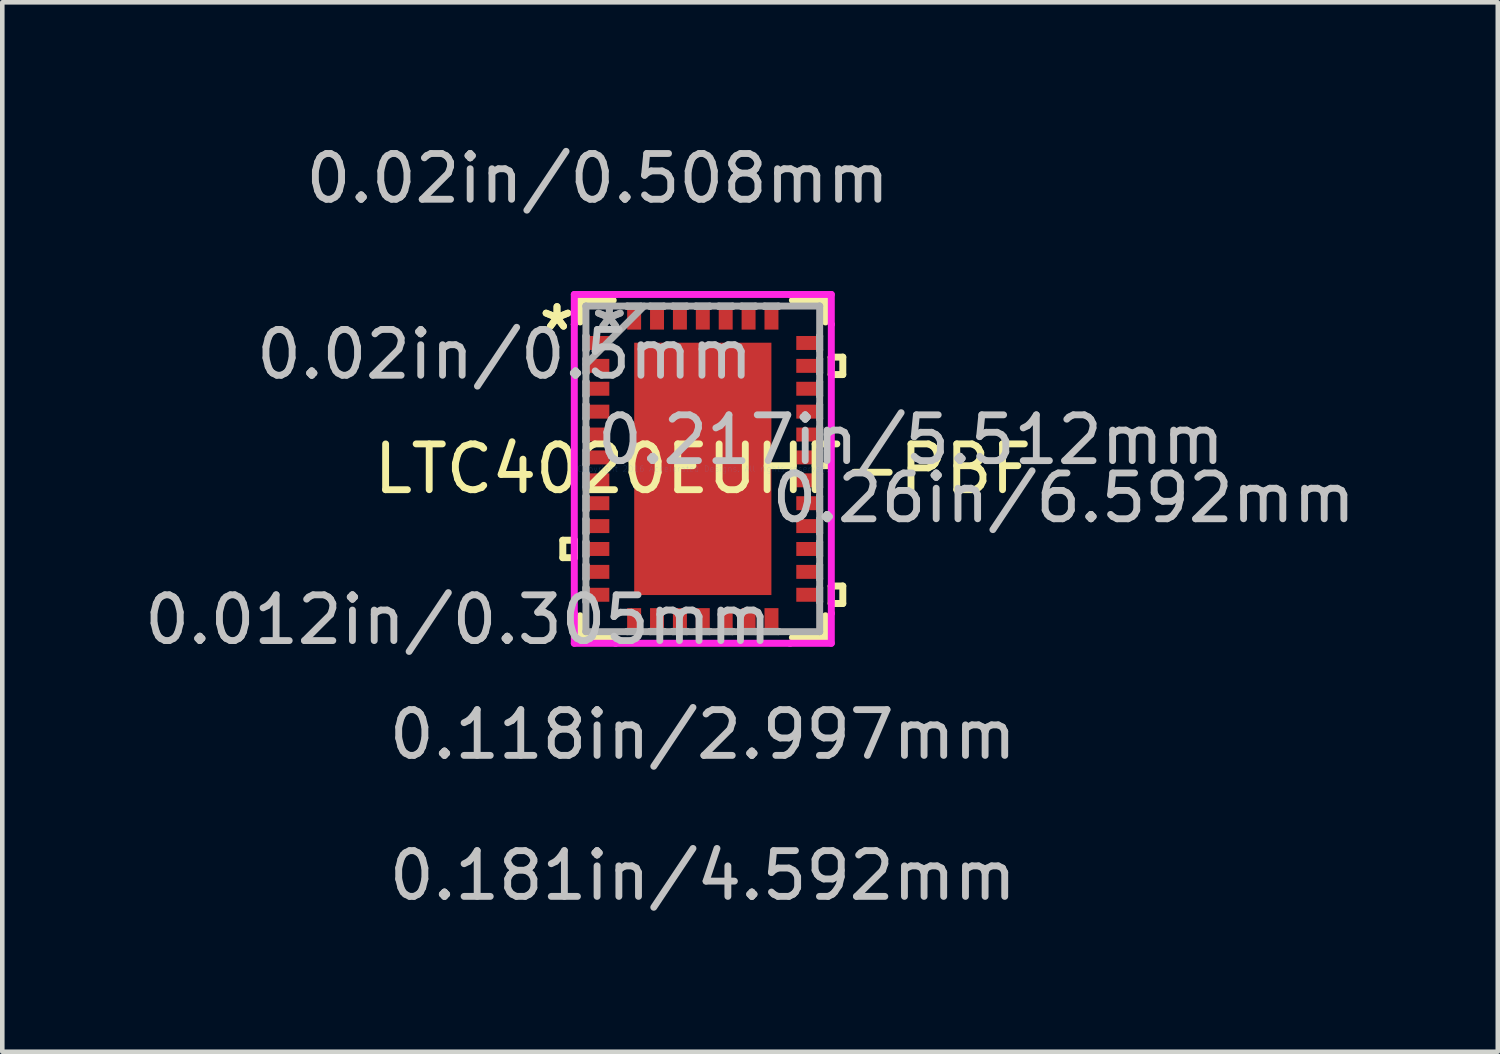
<source format=kicad_pcb>
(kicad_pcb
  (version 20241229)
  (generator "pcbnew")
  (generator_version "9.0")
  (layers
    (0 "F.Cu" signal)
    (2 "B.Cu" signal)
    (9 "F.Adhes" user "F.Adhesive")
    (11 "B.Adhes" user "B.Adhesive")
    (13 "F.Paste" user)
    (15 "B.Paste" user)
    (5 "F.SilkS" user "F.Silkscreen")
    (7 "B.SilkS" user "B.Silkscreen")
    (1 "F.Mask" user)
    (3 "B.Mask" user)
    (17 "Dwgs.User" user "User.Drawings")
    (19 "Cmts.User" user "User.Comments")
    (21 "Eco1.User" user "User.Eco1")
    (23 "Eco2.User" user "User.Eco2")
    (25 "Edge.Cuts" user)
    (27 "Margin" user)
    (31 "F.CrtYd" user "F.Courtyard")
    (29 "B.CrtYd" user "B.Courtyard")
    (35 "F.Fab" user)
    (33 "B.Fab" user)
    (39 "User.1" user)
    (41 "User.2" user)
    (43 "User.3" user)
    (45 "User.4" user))
  (footprint "LTC4020EUHF-PBF"
    (layer "F.Cu")
    (at 12.302 7.192)
    (property "Reference" "LTC4020EUHF-PBF" (at 0 0 0) (layer "F.SilkS") (effects (font (size 1 1) (thickness 0.15))))
    (attr through_hole)
    (fp_line (start -3.058 1.559) (end -3.058 1.94) (stroke (width 0.152) (type solid)) (layer "F.SilkS"))
    (fp_line (start -3.058 1.94) (end -2.804 1.94) (stroke (width 0.152) (type solid)) (layer "F.SilkS"))
    (fp_line (start -2.804 1.559) (end -3.058 1.559) (stroke (width 0.152) (type solid)) (layer "F.SilkS"))
    (fp_line (start -2.804 1.94) (end -2.804 1.559) (stroke (width 0.152) (type solid)) (layer "F.SilkS"))
    (fp_line (start -2.68 -3.683) (end -2.68 -3.209) (stroke (width 0.152) (type solid)) (layer "F.SilkS"))
    (fp_line (start -2.68 3.209) (end -2.68 3.683) (stroke (width 0.152) (type solid)) (layer "F.SilkS"))
    (fp_line (start -2.68 3.683) (end -1.957 3.683) (stroke (width 0.152) (type solid)) (layer "F.SilkS"))
    (fp_line (start -1.957 -3.683) (end -2.68 -3.683) (stroke (width 0.152) (type solid)) (layer "F.SilkS"))
    (fp_line (start 1.957 3.683) (end 2.68 3.683) (stroke (width 0.152) (type solid)) (layer "F.SilkS"))
    (fp_line (start 2.68 -3.683) (end 1.957 -3.683) (stroke (width 0.152) (type solid)) (layer "F.SilkS"))
    (fp_line (start 2.68 -3.209) (end 2.68 -3.683) (stroke (width 0.152) (type solid)) (layer "F.SilkS"))
    (fp_line (start 2.68 3.683) (end 2.68 3.209) (stroke (width 0.152) (type solid)) (layer "F.SilkS"))
    (fp_line (start 2.804 -2.441) (end 3.058 -2.441) (stroke (width 0.152) (type solid)) (layer "F.SilkS"))
    (fp_line (start 2.804 -2.06) (end 2.804 -2.441) (stroke (width 0.152) (type solid)) (layer "F.SilkS"))
    (fp_line (start 2.804 2.559) (end 3.058 2.559) (stroke (width 0.152) (type solid)) (layer "F.SilkS"))
    (fp_line (start 2.804 2.941) (end 2.804 2.559) (stroke (width 0.152) (type solid)) (layer "F.SilkS"))
    (fp_line (start 3.058 -2.441) (end 3.058 -2.06) (stroke (width 0.152) (type solid)) (layer "F.SilkS"))
    (fp_line (start 3.058 -2.06) (end 2.804 -2.06) (stroke (width 0.152) (type solid)) (layer "F.SilkS"))
    (fp_line (start 3.058 2.559) (end 3.058 2.941) (stroke (width 0.152) (type solid)) (layer "F.SilkS"))
    (fp_line (start 3.058 2.941) (end 2.804 2.941) (stroke (width 0.152) (type solid)) (layer "F.SilkS"))
    (fp_line (start -1.399 -2.656) (end -1.399 -1.478) (stroke (width 0.152) (type solid)) (layer "F.Paste"))
    (fp_line (start -1.399 -1.478) (end -0.1 -1.478) (stroke (width 0.152) (type solid)) (layer "F.Paste"))
    (fp_line (start -1.399 -1.278) (end -1.399 -0.1) (stroke (width 0.152) (type solid)) (layer "F.Paste"))
    (fp_line (start -1.399 -0.1) (end -0.1 -0.1) (stroke (width 0.152) (type solid)) (layer "F.Paste"))
    (fp_line (start -1.399 0.1) (end -1.399 1.278) (stroke (width 0.152) (type solid)) (layer "F.Paste"))
    (fp_line (start -1.399 1.278) (end -0.1 1.278) (stroke (width 0.152) (type solid)) (layer "F.Paste"))
    (fp_line (start -1.399 1.478) (end -1.399 2.656) (stroke (width 0.152) (type solid)) (layer "F.Paste"))
    (fp_line (start -1.399 2.656) (end -0.1 2.656) (stroke (width 0.152) (type solid)) (layer "F.Paste"))
    (fp_line (start -0.1 -2.656) (end -1.399 -2.656) (stroke (width 0.152) (type solid)) (layer "F.Paste"))
    (fp_line (start -0.1 -1.478) (end -0.1 -2.656) (stroke (width 0.152) (type solid)) (layer "F.Paste"))
    (fp_line (start -0.1 -1.278) (end -1.399 -1.278) (stroke (width 0.152) (type solid)) (layer "F.Paste"))
    (fp_line (start -0.1 -0.1) (end -0.1 -1.278) (stroke (width 0.152) (type solid)) (layer "F.Paste"))
    (fp_line (start -0.1 0.1) (end -1.399 0.1) (stroke (width 0.152) (type solid)) (layer "F.Paste"))
    (fp_line (start -0.1 1.278) (end -0.1 0.1) (stroke (width 0.152) (type solid)) (layer "F.Paste"))
    (fp_line (start -0.1 1.478) (end -1.399 1.478) (stroke (width 0.152) (type solid)) (layer "F.Paste"))
    (fp_line (start -0.1 2.656) (end -0.1 1.478) (stroke (width 0.152) (type solid)) (layer "F.Paste"))
    (fp_line (start 0.1 -2.656) (end 0.1 -1.478) (stroke (width 0.152) (type solid)) (layer "F.Paste"))
    (fp_line (start 0.1 -1.478) (end 1.399 -1.478) (stroke (width 0.152) (type solid)) (layer "F.Paste"))
    (fp_line (start 0.1 -1.278) (end 0.1 -0.1) (stroke (width 0.152) (type solid)) (layer "F.Paste"))
    (fp_line (start 0.1 -0.1) (end 1.399 -0.1) (stroke (width 0.152) (type solid)) (layer "F.Paste"))
    (fp_line (start 0.1 0.1) (end 0.1 1.278) (stroke (width 0.152) (type solid)) (layer "F.Paste"))
    (fp_line (start 0.1 1.278) (end 1.399 1.278) (stroke (width 0.152) (type solid)) (layer "F.Paste"))
    (fp_line (start 0.1 1.478) (end 0.1 2.656) (stroke (width 0.152) (type solid)) (layer "F.Paste"))
    (fp_line (start 0.1 2.656) (end 1.399 2.656) (stroke (width 0.152) (type solid)) (layer "F.Paste"))
    (fp_line (start 1.399 -2.656) (end 0.1 -2.656) (stroke (width 0.152) (type solid)) (layer "F.Paste"))
    (fp_line (start 1.399 -1.478) (end 1.399 -2.656) (stroke (width 0.152) (type solid)) (layer "F.Paste"))
    (fp_line (start 1.399 -1.278) (end 0.1 -1.278) (stroke (width 0.152) (type solid)) (layer "F.Paste"))
    (fp_line (start 1.399 -0.1) (end 1.399 -1.278) (stroke (width 0.152) (type solid)) (layer "F.Paste"))
    (fp_line (start 1.399 0.1) (end 0.1 0.1) (stroke (width 0.152) (type solid)) (layer "F.Paste"))
    (fp_line (start 1.399 1.278) (end 1.399 0.1) (stroke (width 0.152) (type solid)) (layer "F.Paste"))
    (fp_line (start 1.399 1.478) (end 0.1 1.478) (stroke (width 0.152) (type solid)) (layer "F.Paste"))
    (fp_line (start 1.399 2.656) (end 1.399 1.478) (stroke (width 0.152) (type solid)) (layer "F.Paste"))
    (fp_line (start -2.807 -3.81) (end -1.906 -3.81) (stroke (width 0.152) (type solid)) (layer "F.CrtYd"))
    (fp_line (start -2.807 -3.156) (end -2.807 -3.81) (stroke (width 0.152) (type solid)) (layer "F.CrtYd"))
    (fp_line (start -2.807 -3.156) (end -2.807 -3.156) (stroke (width 0.152) (type solid)) (layer "F.CrtYd"))
    (fp_line (start -2.807 3.156) (end -2.807 -3.156) (stroke (width 0.152) (type solid)) (layer "F.CrtYd"))
    (fp_line (start -2.807 3.156) (end -2.807 3.156) (stroke (width 0.152) (type solid)) (layer "F.CrtYd"))
    (fp_line (start -2.807 3.81) (end -2.807 3.156) (stroke (width 0.152) (type solid)) (layer "F.CrtYd"))
    (fp_line (start -1.906 -3.81) (end -1.906 -3.81) (stroke (width 0.152) (type solid)) (layer "F.CrtYd"))
    (fp_line (start -1.906 -3.81) (end 1.906 -3.81) (stroke (width 0.152) (type solid)) (layer "F.CrtYd"))
    (fp_line (start -1.906 3.81) (end -2.807 3.81) (stroke (width 0.152) (type solid)) (layer "F.CrtYd"))
    (fp_line (start -1.906 3.81) (end -1.906 3.81) (stroke (width 0.152) (type solid)) (layer "F.CrtYd"))
    (fp_line (start 1.906 -3.81) (end 1.906 -3.81) (stroke (width 0.152) (type solid)) (layer "F.CrtYd"))
    (fp_line (start 1.906 -3.81) (end 2.807 -3.81) (stroke (width 0.152) (type solid)) (layer "F.CrtYd"))
    (fp_line (start 1.906 3.81) (end -1.906 3.81) (stroke (width 0.152) (type solid)) (layer "F.CrtYd"))
    (fp_line (start 1.906 3.81) (end 1.906 3.81) (stroke (width 0.152) (type solid)) (layer "F.CrtYd"))
    (fp_line (start 2.807 -3.81) (end 2.807 -3.156) (stroke (width 0.152) (type solid)) (layer "F.CrtYd"))
    (fp_line (start 2.807 -3.156) (end 2.807 -3.156) (stroke (width 0.152) (type solid)) (layer "F.CrtYd"))
    (fp_line (start 2.807 -3.156) (end 2.807 3.156) (stroke (width 0.152) (type solid)) (layer "F.CrtYd"))
    (fp_line (start 2.807 3.156) (end 2.807 3.156) (stroke (width 0.152) (type solid)) (layer "F.CrtYd"))
    (fp_line (start 2.807 3.156) (end 2.807 3.81) (stroke (width 0.152) (type solid)) (layer "F.CrtYd"))
    (fp_line (start 2.807 3.81) (end 1.906 3.81) (stroke (width 0.152) (type solid)) (layer "F.CrtYd"))
    (fp_line (start -2.553 -3.556) (end -2.553 -3.556) (stroke (width 0.152) (type solid)) (layer "F.Fab"))
    (fp_line (start -2.553 -3.556) (end -2.553 3.556) (stroke (width 0.152) (type solid)) (layer "F.Fab"))
    (fp_line (start -2.553 -2.902) (end -2.55 -2.902) (stroke (width 0.152) (type solid)) (layer "F.Fab"))
    (fp_line (start -2.553 -2.598) (end -2.553 -2.902) (stroke (width 0.152) (type solid)) (layer "F.Fab"))
    (fp_line (start -2.553 -2.402) (end -2.55 -2.402) (stroke (width 0.152) (type solid)) (layer "F.Fab"))
    (fp_line (start -2.553 -2.286) (end -1.283 -3.556) (stroke (width 0.152) (type solid)) (layer "F.Fab"))
    (fp_line (start -2.553 -2.098) (end -2.553 -2.402) (stroke (width 0.152) (type solid)) (layer "F.Fab"))
    (fp_line (start -2.553 -1.902) (end -2.55 -1.902) (stroke (width 0.152) (type solid)) (layer "F.Fab"))
    (fp_line (start -2.553 -1.598) (end -2.553 -1.902) (stroke (width 0.152) (type solid)) (layer "F.Fab"))
    (fp_line (start -2.553 -1.402) (end -2.55 -1.402) (stroke (width 0.152) (type solid)) (layer "F.Fab"))
    (fp_line (start -2.553 -1.098) (end -2.553 -1.402) (stroke (width 0.152) (type solid)) (layer "F.Fab"))
    (fp_line (start -2.553 -0.902) (end -2.55 -0.902) (stroke (width 0.152) (type solid)) (layer "F.Fab"))
    (fp_line (start -2.553 -0.598) (end -2.553 -0.902) (stroke (width 0.152) (type solid)) (layer "F.Fab"))
    (fp_line (start -2.553 -0.402) (end -2.55 -0.402) (stroke (width 0.152) (type solid)) (layer "F.Fab"))
    (fp_line (start -2.553 -0.098) (end -2.553 -0.402) (stroke (width 0.152) (type solid)) (layer "F.Fab"))
    (fp_line (start -2.553 0.098) (end -2.55 0.098) (stroke (width 0.152) (type solid)) (layer "F.Fab"))
    (fp_line (start -2.553 0.402) (end -2.553 0.098) (stroke (width 0.152) (type solid)) (layer "F.Fab"))
    (fp_line (start -2.553 0.598) (end -2.55 0.598) (stroke (width 0.152) (type solid)) (layer "F.Fab"))
    (fp_line (start -2.553 0.902) (end -2.553 0.598) (stroke (width 0.152) (type solid)) (layer "F.Fab"))
    (fp_line (start -2.553 1.098) (end -2.55 1.098) (stroke (width 0.152) (type solid)) (layer "F.Fab"))
    (fp_line (start -2.553 1.402) (end -2.553 1.098) (stroke (width 0.152) (type solid)) (layer "F.Fab"))
    (fp_line (start -2.553 1.598) (end -2.55 1.598) (stroke (width 0.152) (type solid)) (layer "F.Fab"))
    (fp_line (start -2.553 1.902) (end -2.553 1.598) (stroke (width 0.152) (type solid)) (layer "F.Fab"))
    (fp_line (start -2.553 2.098) (end -2.55 2.098) (stroke (width 0.152) (type solid)) (layer "F.Fab"))
    (fp_line (start -2.553 2.402) (end -2.553 2.098) (stroke (width 0.152) (type solid)) (layer "F.Fab"))
    (fp_line (start -2.553 2.598) (end -2.55 2.598) (stroke (width 0.152) (type solid)) (layer "F.Fab"))
    (fp_line (start -2.553 2.902) (end -2.553 2.598) (stroke (width 0.152) (type solid)) (layer "F.Fab"))
    (fp_line (start -2.553 3.556) (end -2.553 3.556) (stroke (width 0.152) (type solid)) (layer "F.Fab"))
    (fp_line (start -2.553 3.556) (end 2.553 3.556) (stroke (width 0.152) (type solid)) (layer "F.Fab"))
    (fp_line (start -2.55 -2.902) (end -2.55 -2.598) (stroke (width 0.152) (type solid)) (layer "F.Fab"))
    (fp_line (start -2.55 -2.598) (end -2.553 -2.598) (stroke (width 0.152) (type solid)) (layer "F.Fab"))
    (fp_line (start -2.55 -2.402) (end -2.55 -2.098) (stroke (width 0.152) (type solid)) (layer "F.Fab"))
    (fp_line (start -2.55 -2.098) (end -2.553 -2.098) (stroke (width 0.152) (type solid)) (layer "F.Fab"))
    (fp_line (start -2.55 -1.902) (end -2.55 -1.598) (stroke (width 0.152) (type solid)) (layer "F.Fab"))
    (fp_line (start -2.55 -1.598) (end -2.553 -1.598) (stroke (width 0.152) (type solid)) (layer "F.Fab"))
    (fp_line (start -2.55 -1.402) (end -2.55 -1.098) (stroke (width 0.152) (type solid)) (layer "F.Fab"))
    (fp_line (start -2.55 -1.098) (end -2.553 -1.098) (stroke (width 0.152) (type solid)) (layer "F.Fab"))
    (fp_line (start -2.55 -0.902) (end -2.55 -0.598) (stroke (width 0.152) (type solid)) (layer "F.Fab"))
    (fp_line (start -2.55 -0.598) (end -2.553 -0.598) (stroke (width 0.152) (type solid)) (layer "F.Fab"))
    (fp_line (start -2.55 -0.402) (end -2.55 -0.098) (stroke (width 0.152) (type solid)) (layer "F.Fab"))
    (fp_line (start -2.55 -0.098) (end -2.553 -0.098) (stroke (width 0.152) (type solid)) (layer "F.Fab"))
    (fp_line (start -2.55 0.098) (end -2.55 0.402) (stroke (width 0.152) (type solid)) (layer "F.Fab"))
    (fp_line (start -2.55 0.402) (end -2.553 0.402) (stroke (width 0.152) (type solid)) (layer "F.Fab"))
    (fp_line (start -2.55 0.598) (end -2.55 0.902) (stroke (width 0.152) (type solid)) (layer "F.Fab"))
    (fp_line (start -2.55 0.902) (end -2.553 0.902) (stroke (width 0.152) (type solid)) (layer "F.Fab"))
    (fp_line (start -2.55 1.098) (end -2.55 1.402) (stroke (width 0.152) (type solid)) (layer "F.Fab"))
    (fp_line (start -2.55 1.402) (end -2.553 1.402) (stroke (width 0.152) (type solid)) (layer "F.Fab"))
    (fp_line (start -2.55 1.598) (end -2.55 1.902) (stroke (width 0.152) (type solid)) (layer "F.Fab"))
    (fp_line (start -2.55 1.902) (end -2.553 1.902) (stroke (width 0.152) (type solid)) (layer "F.Fab"))
    (fp_line (start -2.55 2.098) (end -2.55 2.402) (stroke (width 0.152) (type solid)) (layer "F.Fab"))
    (fp_line (start -2.55 2.402) (end -2.553 2.402) (stroke (width 0.152) (type solid)) (layer "F.Fab"))
    (fp_line (start -2.55 2.598) (end -2.55 2.902) (stroke (width 0.152) (type solid)) (layer "F.Fab"))
    (fp_line (start -2.55 2.902) (end -2.553 2.902) (stroke (width 0.152) (type solid)) (layer "F.Fab"))
    (fp_line (start -1.652 -3.556) (end -1.348 -3.556) (stroke (width 0.152) (type solid)) (layer "F.Fab"))
    (fp_line (start -1.652 -3.55) (end -1.652 -3.556) (stroke (width 0.152) (type solid)) (layer "F.Fab"))
    (fp_line (start -1.652 3.55) (end -1.348 3.55) (stroke (width 0.152) (type solid)) (layer "F.Fab"))
    (fp_line (start -1.652 3.556) (end -1.652 3.55) (stroke (width 0.152) (type solid)) (layer "F.Fab"))
    (fp_line (start -1.348 -3.556) (end -1.348 -3.55) (stroke (width 0.152) (type solid)) (layer "F.Fab"))
    (fp_line (start -1.348 -3.55) (end -1.652 -3.55) (stroke (width 0.152) (type solid)) (layer "F.Fab"))
    (fp_line (start -1.348 3.55) (end -1.348 3.556) (stroke (width 0.152) (type solid)) (layer "F.Fab"))
    (fp_line (start -1.348 3.556) (end -1.652 3.556) (stroke (width 0.152) (type solid)) (layer "F.Fab"))
    (fp_line (start -1.152 -3.556) (end -0.848 -3.556) (stroke (width 0.152) (type solid)) (layer "F.Fab"))
    (fp_line (start -1.152 -3.55) (end -1.152 -3.556) (stroke (width 0.152) (type solid)) (layer "F.Fab"))
    (fp_line (start -1.152 3.55) (end -0.848 3.55) (stroke (width 0.152) (type solid)) (layer "F.Fab"))
    (fp_line (start -1.152 3.556) (end -1.152 3.55) (stroke (width 0.152) (type solid)) (layer "F.Fab"))
    (fp_line (start -0.848 -3.556) (end -0.848 -3.55) (stroke (width 0.152) (type solid)) (layer "F.Fab"))
    (fp_line (start -0.848 -3.55) (end -1.152 -3.55) (stroke (width 0.152) (type solid)) (layer "F.Fab"))
    (fp_line (start -0.848 3.55) (end -0.848 3.556) (stroke (width 0.152) (type solid)) (layer "F.Fab"))
    (fp_line (start -0.848 3.556) (end -1.152 3.556) (stroke (width 0.152) (type solid)) (layer "F.Fab"))
    (fp_line (start -0.652 -3.556) (end -0.348 -3.556) (stroke (width 0.152) (type solid)) (layer "F.Fab"))
    (fp_line (start -0.652 -3.55) (end -0.652 -3.556) (stroke (width 0.152) (type solid)) (layer "F.Fab"))
    (fp_line (start -0.652 3.55) (end -0.348 3.55) (stroke (width 0.152) (type solid)) (layer "F.Fab"))
    (fp_line (start -0.652 3.556) (end -0.652 3.55) (stroke (width 0.152) (type solid)) (layer "F.Fab"))
    (fp_line (start -0.348 -3.556) (end -0.348 -3.55) (stroke (width 0.152) (type solid)) (layer "F.Fab"))
    (fp_line (start -0.348 -3.55) (end -0.652 -3.55) (stroke (width 0.152) (type solid)) (layer "F.Fab"))
    (fp_line (start -0.348 3.55) (end -0.348 3.556) (stroke (width 0.152) (type solid)) (layer "F.Fab"))
    (fp_line (start -0.348 3.556) (end -0.652 3.556) (stroke (width 0.152) (type solid)) (layer "F.Fab"))
    (fp_line (start -0.152 -3.556) (end 0.152 -3.556) (stroke (width 0.152) (type solid)) (layer "F.Fab"))
    (fp_line (start -0.152 -3.55) (end -0.152 -3.556) (stroke (width 0.152) (type solid)) (layer "F.Fab"))
    (fp_line (start -0.152 3.55) (end 0.152 3.55) (stroke (width 0.152) (type solid)) (layer "F.Fab"))
    (fp_line (start -0.152 3.556) (end -0.152 3.55) (stroke (width 0.152) (type solid)) (layer "F.Fab"))
    (fp_line (start 0.152 -3.556) (end 0.152 -3.55) (stroke (width 0.152) (type solid)) (layer "F.Fab"))
    (fp_line (start 0.152 -3.55) (end -0.152 -3.55) (stroke (width 0.152) (type solid)) (layer "F.Fab"))
    (fp_line (start 0.152 3.55) (end 0.152 3.556) (stroke (width 0.152) (type solid)) (layer "F.Fab"))
    (fp_line (start 0.152 3.556) (end -0.152 3.556) (stroke (width 0.152) (type solid)) (layer "F.Fab"))
    (fp_line (start 0.348 -3.556) (end 0.652 -3.556) (stroke (width 0.152) (type solid)) (layer "F.Fab"))
    (fp_line (start 0.348 -3.55) (end 0.348 -3.556) (stroke (width 0.152) (type solid)) (layer "F.Fab"))
    (fp_line (start 0.348 3.55) (end 0.652 3.55) (stroke (width 0.152) (type solid)) (layer "F.Fab"))
    (fp_line (start 0.348 3.556) (end 0.348 3.55) (stroke (width 0.152) (type solid)) (layer "F.Fab"))
    (fp_line (start 0.652 -3.556) (end 0.652 -3.55) (stroke (width 0.152) (type solid)) (layer "F.Fab"))
    (fp_line (start 0.652 -3.55) (end 0.348 -3.55) (stroke (width 0.152) (type solid)) (layer "F.Fab"))
    (fp_line (start 0.652 3.55) (end 0.652 3.556) (stroke (width 0.152) (type solid)) (layer "F.Fab"))
    (fp_line (start 0.652 3.556) (end 0.348 3.556) (stroke (width 0.152) (type solid)) (layer "F.Fab"))
    (fp_line (start 0.848 -3.556) (end 1.152 -3.556) (stroke (width 0.152) (type solid)) (layer "F.Fab"))
    (fp_line (start 0.848 -3.55) (end 0.848 -3.556) (stroke (width 0.152) (type solid)) (layer "F.Fab"))
    (fp_line (start 0.848 3.55) (end 1.152 3.55) (stroke (width 0.152) (type solid)) (layer "F.Fab"))
    (fp_line (start 0.848 3.556) (end 0.848 3.55) (stroke (width 0.152) (type solid)) (layer "F.Fab"))
    (fp_line (start 1.152 -3.556) (end 1.152 -3.55) (stroke (width 0.152) (type solid)) (layer "F.Fab"))
    (fp_line (start 1.152 -3.55) (end 0.848 -3.55) (stroke (width 0.152) (type solid)) (layer "F.Fab"))
    (fp_line (start 1.152 3.55) (end 1.152 3.556) (stroke (width 0.152) (type solid)) (layer "F.Fab"))
    (fp_line (start 1.152 3.556) (end 0.848 3.556) (stroke (width 0.152) (type solid)) (layer "F.Fab"))
    (fp_line (start 1.348 -3.556) (end 1.652 -3.556) (stroke (width 0.152) (type solid)) (layer "F.Fab"))
    (fp_line (start 1.348 -3.55) (end 1.348 -3.556) (stroke (width 0.152) (type solid)) (layer "F.Fab"))
    (fp_line (start 1.348 3.55) (end 1.652 3.55) (stroke (width 0.152) (type solid)) (layer "F.Fab"))
    (fp_line (start 1.348 3.556) (end 1.348 3.55) (stroke (width 0.152) (type solid)) (layer "F.Fab"))
    (fp_line (start 1.652 -3.556) (end 1.652 -3.55) (stroke (width 0.152) (type solid)) (layer "F.Fab"))
    (fp_line (start 1.652 -3.55) (end 1.348 -3.55) (stroke (width 0.152) (type solid)) (layer "F.Fab"))
    (fp_line (start 1.652 3.55) (end 1.652 3.556) (stroke (width 0.152) (type solid)) (layer "F.Fab"))
    (fp_line (start 1.652 3.556) (end 1.348 3.556) (stroke (width 0.152) (type solid)) (layer "F.Fab"))
    (fp_line (start 2.55 -2.902) (end 2.553 -2.902) (stroke (width 0.152) (type solid)) (layer "F.Fab"))
    (fp_line (start 2.55 -2.598) (end 2.55 -2.902) (stroke (width 0.152) (type solid)) (layer "F.Fab"))
    (fp_line (start 2.55 -2.402) (end 2.553 -2.402) (stroke (width 0.152) (type solid)) (layer "F.Fab"))
    (fp_line (start 2.55 -2.098) (end 2.55 -2.402) (stroke (width 0.152) (type solid)) (layer "F.Fab"))
    (fp_line (start 2.55 -1.902) (end 2.553 -1.902) (stroke (width 0.152) (type solid)) (layer "F.Fab"))
    (fp_line (start 2.55 -1.598) (end 2.55 -1.902) (stroke (width 0.152) (type solid)) (layer "F.Fab"))
    (fp_line (start 2.55 -1.402) (end 2.553 -1.402) (stroke (width 0.152) (type solid)) (layer "F.Fab"))
    (fp_line (start 2.55 -1.098) (end 2.55 -1.402) (stroke (width 0.152) (type solid)) (layer "F.Fab"))
    (fp_line (start 2.55 -0.902) (end 2.553 -0.902) (stroke (width 0.152) (type solid)) (layer "F.Fab"))
    (fp_line (start 2.55 -0.598) (end 2.55 -0.902) (stroke (width 0.152) (type solid)) (layer "F.Fab"))
    (fp_line (start 2.55 -0.402) (end 2.553 -0.402) (stroke (width 0.152) (type solid)) (layer "F.Fab"))
    (fp_line (start 2.55 -0.098) (end 2.55 -0.402) (stroke (width 0.152) (type solid)) (layer "F.Fab"))
    (fp_line (start 2.55 0.098) (end 2.553 0.098) (stroke (width 0.152) (type solid)) (layer "F.Fab"))
    (fp_line (start 2.55 0.402) (end 2.55 0.098) (stroke (width 0.152) (type solid)) (layer "F.Fab"))
    (fp_line (start 2.55 0.598) (end 2.553 0.598) (stroke (width 0.152) (type solid)) (layer "F.Fab"))
    (fp_line (start 2.55 0.902) (end 2.55 0.598) (stroke (width 0.152) (type solid)) (layer "F.Fab"))
    (fp_line (start 2.55 1.098) (end 2.553 1.098) (stroke (width 0.152) (type solid)) (layer "F.Fab"))
    (fp_line (start 2.55 1.402) (end 2.55 1.098) (stroke (width 0.152) (type solid)) (layer "F.Fab"))
    (fp_line (start 2.55 1.598) (end 2.553 1.598) (stroke (width 0.152) (type solid)) (layer "F.Fab"))
    (fp_line (start 2.55 1.902) (end 2.55 1.598) (stroke (width 0.152) (type solid)) (layer "F.Fab"))
    (fp_line (start 2.55 2.098) (end 2.553 2.098) (stroke (width 0.152) (type solid)) (layer "F.Fab"))
    (fp_line (start 2.55 2.402) (end 2.55 2.098) (stroke (width 0.152) (type solid)) (layer "F.Fab"))
    (fp_line (start 2.55 2.598) (end 2.553 2.598) (stroke (width 0.152) (type solid)) (layer "F.Fab"))
    (fp_line (start 2.55 2.902) (end 2.55 2.598) (stroke (width 0.152) (type solid)) (layer "F.Fab"))
    (fp_line (start 2.553 -3.556) (end -2.553 -3.556) (stroke (width 0.152) (type solid)) (layer "F.Fab"))
    (fp_line (start 2.553 -3.556) (end 2.553 -3.556) (stroke (width 0.152) (type solid)) (layer "F.Fab"))
    (fp_line (start 2.553 -2.902) (end 2.553 -2.598) (stroke (width 0.152) (type solid)) (layer "F.Fab"))
    (fp_line (start 2.553 -2.598) (end 2.55 -2.598) (stroke (width 0.152) (type solid)) (layer "F.Fab"))
    (fp_line (start 2.553 -2.402) (end 2.553 -2.098) (stroke (width 0.152) (type solid)) (layer "F.Fab"))
    (fp_line (start 2.553 -2.098) (end 2.55 -2.098) (stroke (width 0.152) (type solid)) (layer "F.Fab"))
    (fp_line (start 2.553 -1.902) (end 2.553 -1.598) (stroke (width 0.152) (type solid)) (layer "F.Fab"))
    (fp_line (start 2.553 -1.598) (end 2.55 -1.598) (stroke (width 0.152) (type solid)) (layer "F.Fab"))
    (fp_line (start 2.553 -1.402) (end 2.553 -1.098) (stroke (width 0.152) (type solid)) (layer "F.Fab"))
    (fp_line (start 2.553 -1.098) (end 2.55 -1.098) (stroke (width 0.152) (type solid)) (layer "F.Fab"))
    (fp_line (start 2.553 -0.902) (end 2.553 -0.598) (stroke (width 0.152) (type solid)) (layer "F.Fab"))
    (fp_line (start 2.553 -0.598) (end 2.55 -0.598) (stroke (width 0.152) (type solid)) (layer "F.Fab"))
    (fp_line (start 2.553 -0.402) (end 2.553 -0.098) (stroke (width 0.152) (type solid)) (layer "F.Fab"))
    (fp_line (start 2.553 -0.098) (end 2.55 -0.098) (stroke (width 0.152) (type solid)) (layer "F.Fab"))
    (fp_line (start 2.553 0.098) (end 2.553 0.402) (stroke (width 0.152) (type solid)) (layer "F.Fab"))
    (fp_line (start 2.553 0.402) (end 2.55 0.402) (stroke (width 0.152) (type solid)) (layer "F.Fab"))
    (fp_line (start 2.553 0.598) (end 2.553 0.902) (stroke (width 0.152) (type solid)) (layer "F.Fab"))
    (fp_line (start 2.553 0.902) (end 2.55 0.902) (stroke (width 0.152) (type solid)) (layer "F.Fab"))
    (fp_line (start 2.553 1.098) (end 2.553 1.402) (stroke (width 0.152) (type solid)) (layer "F.Fab"))
    (fp_line (start 2.553 1.402) (end 2.55 1.402) (stroke (width 0.152) (type solid)) (layer "F.Fab"))
    (fp_line (start 2.553 1.598) (end 2.553 1.902) (stroke (width 0.152) (type solid)) (layer "F.Fab"))
    (fp_line (start 2.553 1.902) (end 2.55 1.902) (stroke (width 0.152) (type solid)) (layer "F.Fab"))
    (fp_line (start 2.553 2.098) (end 2.553 2.402) (stroke (width 0.152) (type solid)) (layer "F.Fab"))
    (fp_line (start 2.553 2.402) (end 2.55 2.402) (stroke (width 0.152) (type solid)) (layer "F.Fab"))
    (fp_line (start 2.553 2.598) (end 2.553 2.902) (stroke (width 0.152) (type solid)) (layer "F.Fab"))
    (fp_line (start 2.553 2.902) (end 2.55 2.902) (stroke (width 0.152) (type solid)) (layer "F.Fab"))
    (fp_line (start 2.553 3.556) (end 2.553 -3.556) (stroke (width 0.152) (type solid)) (layer "F.Fab"))
    (fp_line (start 2.553 3.556) (end 2.553 3.556) (stroke (width 0.152) (type solid)) (layer "F.Fab"))
    (fp_text user "*" (at -3.185 -3 0) (layer "F.SilkS") (effects (font (size 1 1) (thickness 0.15))))
    (fp_text user "*" (at -3.185 -3 0) (layer "F.SilkS") (effects (font (size 1 1) (thickness 0.15))))
    (fp_text user "0.012in/0.305mm" (at -5.344 3.296 0) (layer "Dwgs.User") (effects (font (size 1 1) (thickness 0.15))))
    (fp_text user "0.26in/6.592mm" (at 7.884 0.635 0) (layer "Dwgs.User") (effects (font (size 1 1) (thickness 0.15))))
    (fp_text user "0.118in/2.997mm" (at 0 5.804 0) (layer "Dwgs.User") (effects (font (size 1 1) (thickness 0.15))))
    (fp_text user "0.02in/0.508mm" (at -2.296 -6.344 0) (layer "Dwgs.User") (effects (font (size 1 1) (thickness 0.15))))
    (fp_text user "0.02in/0.5mm" (at -4.328 -2.5 0) (layer "Dwgs.User") (effects (font (size 1 1) (thickness 0.15))))
    (fp_text user "0.217in/5.512mm" (at 4.547 -0.635 0) (layer "Dwgs.User") (effects (font (size 1 1) (thickness 0.15))))
    (fp_text user "0.181in/4.592mm" (at 0 8.884 0) (layer "Dwgs.User") (effects (font (size 1 1) (thickness 0.15))))
    (fp_text user "Copyright 2016 Accelerated Designs. All rights reserved." (at 0 0 0) (layer "Cmts.User") (effects (font (size 0.127 0.127) (thickness 0.002))))
    (fp_text user "*" (at -2.042 -3 0) (layer "F.Fab") (effects (font (size 1 1) (thickness 0.15))))
    (fp_text user "*" (at -2.042 -3 0) (layer "F.Fab") (effects (font (size 1 1) (thickness 0.15))))
    (pad "1" smd rect (at -2.296 -2.75 90) (size 0.305 0.508) (layers "F.Cu" "F.Mask" "F.Paste"))
    (pad "2" smd rect (at -2.296 -2.25 90) (size 0.305 0.508) (layers "F.Cu" "F.Mask" "F.Paste"))
    (pad "3" smd rect (at -2.296 -1.75 90) (size 0.305 0.508) (layers "F.Cu" "F.Mask" "F.Paste"))
    (pad "4" smd rect (at -2.296 -1.25 90) (size 0.305 0.508) (layers "F.Cu" "F.Mask" "F.Paste"))
    (pad "5" smd rect (at -2.296 -0.75 90) (size 0.305 0.508) (layers "F.Cu" "F.Mask" "F.Paste"))
    (pad "6" smd rect (at -2.296 -0.25 90) (size 0.305 0.508) (layers "F.Cu" "F.Mask" "F.Paste"))
    (pad "7" smd rect (at -2.296 0.25 90) (size 0.305 0.508) (layers "F.Cu" "F.Mask" "F.Paste"))
    (pad "8" smd rect (at -2.296 0.75 90) (size 0.305 0.508) (layers "F.Cu" "F.Mask" "F.Paste"))
    (pad "9" smd rect (at -2.296 1.25 90) (size 0.305 0.508) (layers "F.Cu" "F.Mask" "F.Paste"))
    (pad "10" smd rect (at -2.296 1.75 90) (size 0.305 0.508) (layers "F.Cu" "F.Mask" "F.Paste"))
    (pad "11" smd rect (at -2.296 2.25 90) (size 0.305 0.508) (layers "F.Cu" "F.Mask" "F.Paste"))
    (pad "12" smd rect (at -2.296 2.75 90) (size 0.305 0.508) (layers "F.Cu" "F.Mask" "F.Paste"))
    (pad "13" smd rect (at -1.5 3.296) (size 0.305 0.508) (layers "F.Cu" "F.Mask" "F.Paste"))
    (pad "14" smd rect (at -1 3.296) (size 0.305 0.508) (layers "F.Cu" "F.Mask" "F.Paste"))
    (pad "15" smd rect (at -0.5 3.296) (size 0.305 0.508) (layers "F.Cu" "F.Mask" "F.Paste"))
    (pad "16" smd rect (at 0 3.296) (size 0.305 0.508) (layers "F.Cu" "F.Mask" "F.Paste"))
    (pad "17" smd rect (at 0.5 3.296) (size 0.305 0.508) (layers "F.Cu" "F.Mask" "F.Paste"))
    (pad "18" smd rect (at 1 3.296) (size 0.305 0.508) (layers "F.Cu" "F.Mask" "F.Paste"))
    (pad "19" smd rect (at 1.5 3.296) (size 0.305 0.508) (layers "F.Cu" "F.Mask" "F.Paste"))
    (pad "20" smd rect (at 2.296 2.75 90) (size 0.305 0.508) (layers "F.Cu" "F.Mask" "F.Paste"))
    (pad "21" smd rect (at 2.296 2.25 90) (size 0.305 0.508) (layers "F.Cu" "F.Mask" "F.Paste"))
    (pad "22" smd rect (at 2.296 1.75 90) (size 0.305 0.508) (layers "F.Cu" "F.Mask" "F.Paste"))
    (pad "23" smd rect (at 2.296 1.25 90) (size 0.305 0.508) (layers "F.Cu" "F.Mask" "F.Paste"))
    (pad "24" smd rect (at 2.296 0.75 90) (size 0.305 0.508) (layers "F.Cu" "F.Mask" "F.Paste"))
    (pad "25" smd rect (at 2.296 0.25 90) (size 0.305 0.508) (layers "F.Cu" "F.Mask" "F.Paste"))
    (pad "26" smd rect (at 2.296 -0.25 90) (size 0.305 0.508) (layers "F.Cu" "F.Mask" "F.Paste"))
    (pad "27" smd rect (at 2.296 -0.75 90) (size 0.305 0.508) (layers "F.Cu" "F.Mask" "F.Paste"))
    (pad "28" smd rect (at 2.296 -1.25 90) (size 0.305 0.508) (layers "F.Cu" "F.Mask" "F.Paste"))
    (pad "29" smd rect (at 2.296 -1.75 90) (size 0.305 0.508) (layers "F.Cu" "F.Mask" "F.Paste"))
    (pad "30" smd rect (at 2.296 -2.25 90) (size 0.305 0.508) (layers "F.Cu" "F.Mask" "F.Paste"))
    (pad "31" smd rect (at 2.296 -2.75 90) (size 0.305 0.508) (layers "F.Cu" "F.Mask" "F.Paste"))
    (pad "32" smd rect (at 1.5 -3.296) (size 0.305 0.508) (layers "F.Cu" "F.Mask" "F.Paste"))
    (pad "33" smd rect (at 1 -3.296) (size 0.305 0.508) (layers "F.Cu" "F.Mask" "F.Paste"))
    (pad "34" smd rect (at 0.5 -3.296) (size 0.305 0.508) (layers "F.Cu" "F.Mask" "F.Paste"))
    (pad "35" smd rect (at 0 -3.296) (size 0.305 0.508) (layers "F.Cu" "F.Mask" "F.Paste"))
    (pad "36" smd rect (at -0.5 -3.296) (size 0.305 0.508) (layers "F.Cu" "F.Mask" "F.Paste"))
    (pad "37" smd rect (at -1 -3.296) (size 0.305 0.508) (layers "F.Cu" "F.Mask" "F.Paste"))
    (pad "38" smd rect (at -1.5 -3.296) (size 0.305 0.508) (layers "F.Cu" "F.Mask" "F.Paste"))
    (pad "39" smd rect (at 0 0) (size 2.997 5.512) (layers "F.Cu" "F.Mask" "F.Paste")))
  (gr_rect
    (start -3 -3)
    (end 29.668 19.924)
    (stroke (width 0.1) (type default))
    (fill no)
    (layer "Edge.Cuts")))
</source>
